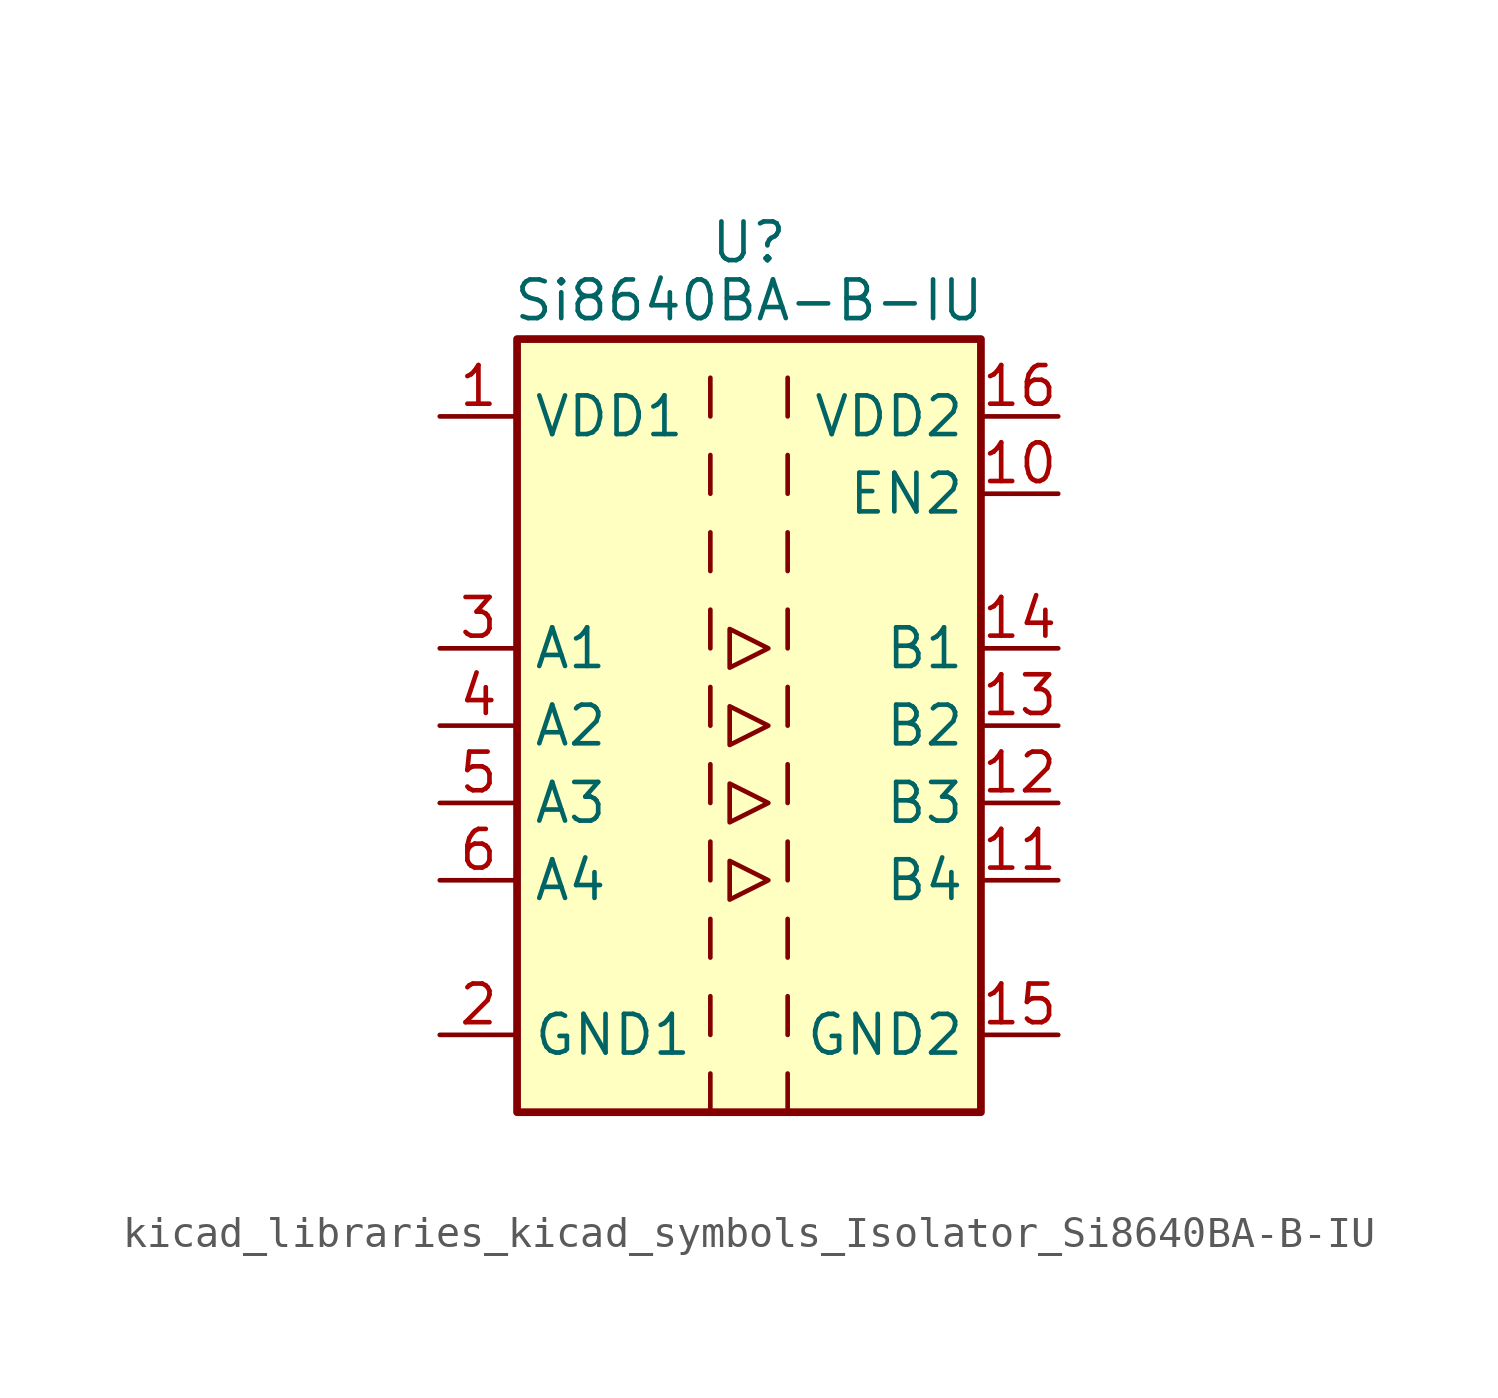
<source format=kicad_sym>
(kicad_symbol_lib
  (version 20220914)
  (generator kicad_symbol_editor)
  (symbol "kicad_libraries_kicad_symbols_Isolator_Si8640BA-B-IU"
    (property "Reference" "U"
      (at 0 15.875 0)
      (effects (font (size 1.27 1.27))))
    (property "Value" "Si8640BA-B-IU"
      (at 0 13.97 0)
      (effects (font (size 1.27 1.27))))
    (symbol "kicad_libraries_kicad_symbols_Isolator_Si8640BA-B-IU_0_1"
      (rectangle (start -7.62 12.7) (end 7.62 -12.7) (stroke (width 0.254) (type default)) (fill (type background)))
      (polyline (pts (xy -1.27 -11.43) (xy -1.27 -12.7)) (stroke (width 0) (type default)) (fill (type none)))
      (polyline (pts (xy -1.27 -8.89) (xy -1.27 -10.16)) (stroke (width 0) (type default)) (fill (type none)))
      (polyline (pts (xy -1.27 -6.35) (xy -1.27 -7.62)) (stroke (width 0) (type default)) (fill (type none)))
      (polyline (pts (xy -1.27 -3.81) (xy -1.27 -5.08)) (stroke (width 0) (type default)) (fill (type none)))
      (polyline (pts (xy -1.27 -1.27) (xy -1.27 -2.54)) (stroke (width 0) (type default)) (fill (type none)))
      (polyline (pts (xy -1.27 1.27) (xy -1.27 0)) (stroke (width 0) (type default)) (fill (type none)))
      (polyline (pts (xy -1.27 3.81) (xy -1.27 2.54)) (stroke (width 0) (type default)) (fill (type none)))
      (polyline (pts (xy -1.27 6.35) (xy -1.27 5.08)) (stroke (width 0) (type default)) (fill (type none)))
      (polyline (pts (xy -1.27 8.89) (xy -1.27 7.62)) (stroke (width 0) (type default)) (fill (type none)))
      (polyline (pts (xy -1.27 11.43) (xy -1.27 10.16)) (stroke (width 0) (type default)) (fill (type none)))
      (polyline (pts (xy 1.27 -11.43) (xy 1.27 -12.7)) (stroke (width 0) (type default)) (fill (type none)))
      (polyline (pts (xy 1.27 -8.89) (xy 1.27 -10.16)) (stroke (width 0) (type default)) (fill (type none)))
      (polyline (pts (xy 1.27 -6.35) (xy 1.27 -7.62)) (stroke (width 0) (type default)) (fill (type none)))
      (polyline (pts (xy 1.27 -3.81) (xy 1.27 -5.08)) (stroke (width 0) (type default)) (fill (type none)))
      (polyline (pts (xy 1.27 -1.27) (xy 1.27 -2.54)) (stroke (width 0) (type default)) (fill (type none)))
      (polyline (pts (xy 1.27 1.27) (xy 1.27 0)) (stroke (width 0) (type default)) (fill (type none)))
      (polyline (pts (xy 1.27 3.81) (xy 1.27 2.54)) (stroke (width 0) (type default)) (fill (type none)))
      (polyline (pts (xy 1.27 6.35) (xy 1.27 5.08)) (stroke (width 0) (type default)) (fill (type none)))
      (polyline (pts (xy 1.27 8.89) (xy 1.27 7.62)) (stroke (width 0) (type default)) (fill (type none)))
      (polyline (pts (xy 1.27 11.43) (xy 1.27 10.16)) (stroke (width 0) (type default)) (fill (type none)))
      (polyline (pts (xy -0.635 0.635) (xy -0.635 -0.635) (xy 0.635 0) (xy -0.635 0.635)) (stroke (width 0) (type default)) (fill (type none)))
      (polyline (pts (xy -0.635 3.175) (xy -0.635 1.905) (xy 0.635 2.54) (xy -0.635 3.175)) (stroke (width 0) (type default)) (fill (type none)))
      (polyline (pts (xy 0.635 -5.08) (xy -0.635 -4.445) (xy -0.635 -5.715) (xy 0.635 -5.08)) (stroke (width 0) (type default)) (fill (type none)))
      (polyline (pts (xy 0.635 -2.54) (xy -0.635 -1.905) (xy -0.635 -3.175) (xy 0.635 -2.54)) (stroke (width 0) (type default)) (fill (type none))))
    (symbol "kicad_libraries_kicad_symbols_Isolator_Si8640BA-B-IU_1_1"
      (pin power_in line (at -10.16 10.16 0) (length 2.54) (name "VDD1" (effects (font (size 1.27 1.27)))) (number "1" (effects (font (size 1.27 1.27)))))
      (pin input line (at 10.16 7.62 180) (length 2.54) (name "EN2" (effects (font (size 1.27 1.27)))) (number "10" (effects (font (size 1.27 1.27)))))
      (pin output line (at 10.16 -5.08 180) (length 2.54) (name "B4" (effects (font (size 1.27 1.27)))) (number "11" (effects (font (size 1.27 1.27)))))
      (pin output line (at 10.16 -2.54 180) (length 2.54) (name "B3" (effects (font (size 1.27 1.27)))) (number "12" (effects (font (size 1.27 1.27)))))
      (pin output line (at 10.16 0 180) (length 2.54) (name "B2" (effects (font (size 1.27 1.27)))) (number "13" (effects (font (size 1.27 1.27)))))
      (pin output line (at 10.16 2.54 180) (length 2.54) (name "B1" (effects (font (size 1.27 1.27)))) (number "14" (effects (font (size 1.27 1.27)))))
      (pin power_in line (at 10.16 -10.16 180) (length 2.54) (name "GND2" (effects (font (size 1.27 1.27)))) (number "15" (effects (font (size 1.27 1.27)))))
      (pin power_in line (at 10.16 10.16 180) (length 2.54) (name "VDD2" (effects (font (size 1.27 1.27)))) (number "16" (effects (font (size 1.27 1.27)))))
      (pin power_in line (at -10.16 -10.16 0) (length 2.54) (name "GND1" (effects (font (size 1.27 1.27)))) (number "2" (effects (font (size 1.27 1.27)))))
      (pin input line (at -10.16 2.54 0) (length 2.54) (name "A1" (effects (font (size 1.27 1.27)))) (number "3" (effects (font (size 1.27 1.27)))))
      (pin input line (at -10.16 0 0) (length 2.54) (name "A2" (effects (font (size 1.27 1.27)))) (number "4" (effects (font (size 1.27 1.27)))))
      (pin input line (at -10.16 -2.54 0) (length 2.54) (name "A3" (effects (font (size 1.27 1.27)))) (number "5" (effects (font (size 1.27 1.27)))))
      (pin input line (at -10.16 -5.08 0) (length 2.54) (name "A4" (effects (font (size 1.27 1.27)))) (number "6" (effects (font (size 1.27 1.27)))))
      (pin no_connect line (at -7.62 7.62 0) (length 2.54) hide (name "NC" (effects (font (size 1.27 1.27)))) (number "7" (effects (font (size 1.27 1.27)))))
      (pin passive line (at -10.16 -10.16 0) (length 2.54) hide (name "GND1" (effects (font (size 1.27 1.27)))) (number "8" (effects (font (size 1.27 1.27)))))
      (pin passive line (at 10.16 -10.16 180) (length 2.54) hide (name "GND2" (effects (font (size 1.27 1.27)))) (number "9" (effects (font (size 1.27 1.27))))))))
</source>
